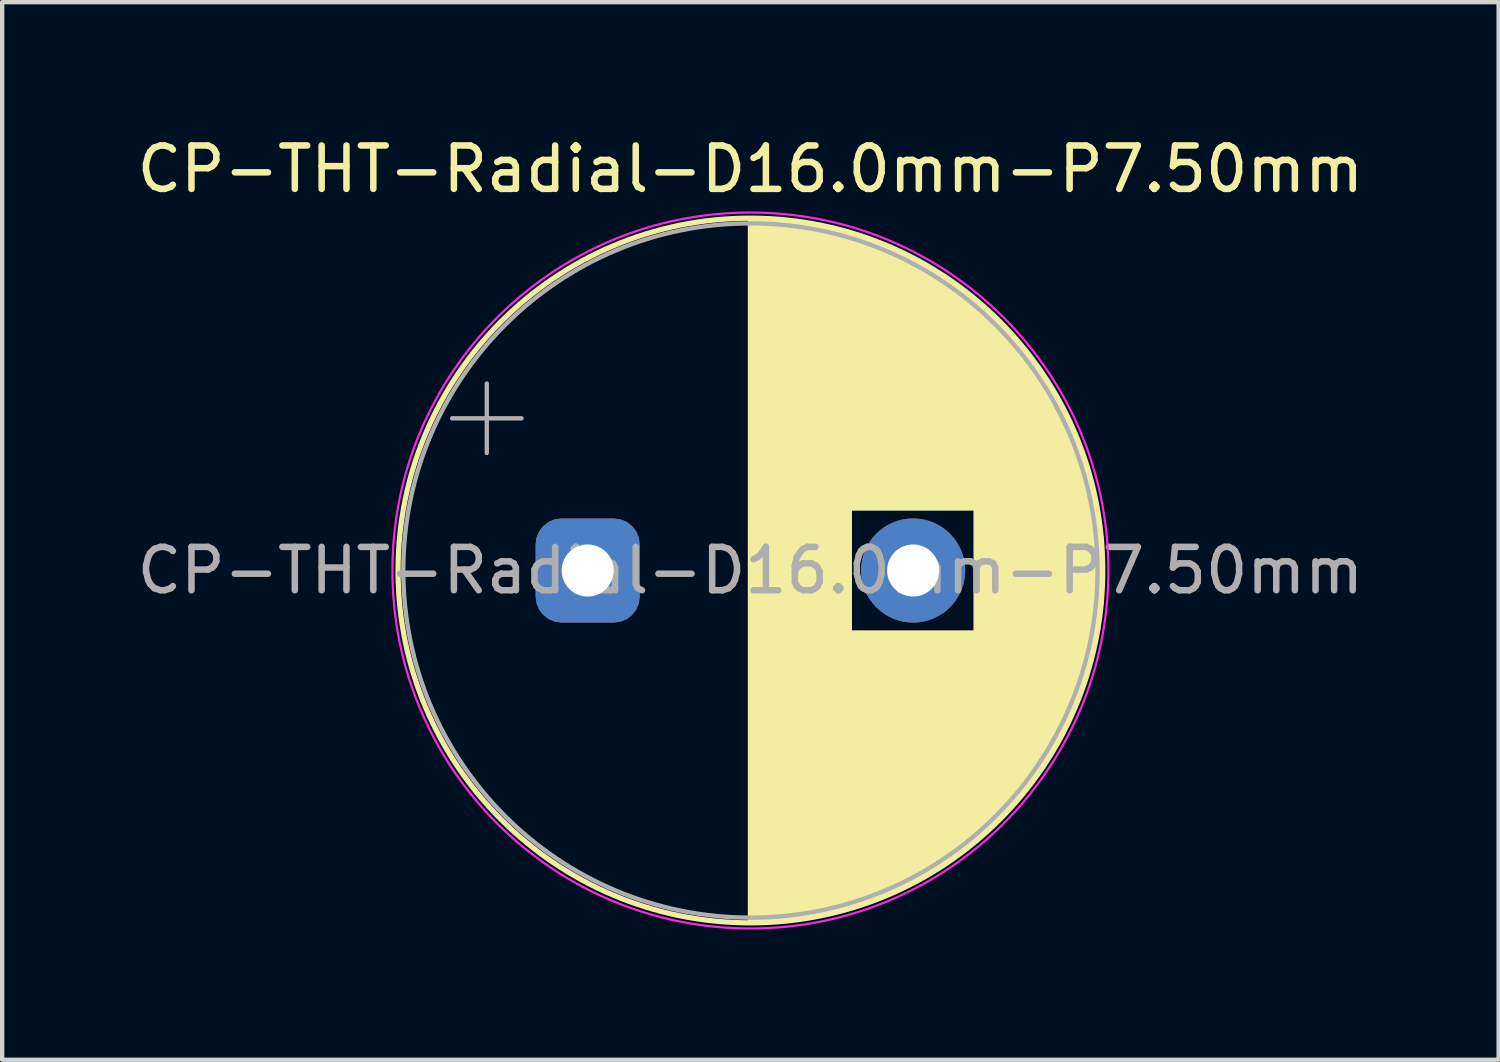
<source format=kicad_pcb>
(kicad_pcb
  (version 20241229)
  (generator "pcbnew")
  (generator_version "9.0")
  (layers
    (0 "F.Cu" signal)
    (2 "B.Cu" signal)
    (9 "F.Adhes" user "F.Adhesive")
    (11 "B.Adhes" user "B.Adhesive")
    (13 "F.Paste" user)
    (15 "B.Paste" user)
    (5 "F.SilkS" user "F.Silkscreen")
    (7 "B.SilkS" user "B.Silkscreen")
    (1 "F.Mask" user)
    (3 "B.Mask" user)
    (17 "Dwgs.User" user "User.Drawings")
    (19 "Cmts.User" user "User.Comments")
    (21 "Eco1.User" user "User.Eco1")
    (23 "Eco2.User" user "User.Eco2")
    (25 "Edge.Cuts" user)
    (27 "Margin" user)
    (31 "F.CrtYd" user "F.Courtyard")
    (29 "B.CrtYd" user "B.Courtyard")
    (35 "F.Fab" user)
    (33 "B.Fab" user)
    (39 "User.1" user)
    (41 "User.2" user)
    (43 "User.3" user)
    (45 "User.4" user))
  (footprint "CP-THT-Radial-D16.0mm-P7.50mm"
    (layer "F.Cu")
    (at 14.244 10.098)
    (property "Reference" "CP-THT-Radial-D16.0mm-P7.50mm" (at 0 -9.25 0) (layer "F.SilkS") (effects (font (size 1 1) (thickness 0.15))))
    (attr through_hole)
    (fp_line (start 0 -8.081) (end 0 8.081) (stroke (width 0.12) (type solid)) (layer "F.SilkS"))
    (fp_line (start 0.04 -8.08) (end 0.04 8.08) (stroke (width 0.12) (type solid)) (layer "F.SilkS"))
    (fp_line (start 0.08 -8.08) (end 0.08 8.08) (stroke (width 0.12) (type solid)) (layer "F.SilkS"))
    (fp_line (start 0.12 -8.08) (end 0.12 8.08) (stroke (width 0.12) (type solid)) (layer "F.SilkS"))
    (fp_line (start 0.16 -8.079) (end 0.16 8.079) (stroke (width 0.12) (type solid)) (layer "F.SilkS"))
    (fp_line (start 0.2 -8.078) (end 0.2 8.078) (stroke (width 0.12) (type solid)) (layer "F.SilkS"))
    (fp_line (start 0.24 -8.077) (end 0.24 8.077) (stroke (width 0.12) (type solid)) (layer "F.SilkS"))
    (fp_line (start 0.28 -8.076) (end 0.28 8.076) (stroke (width 0.12) (type solid)) (layer "F.SilkS"))
    (fp_line (start 0.32 -8.074) (end 0.32 8.074) (stroke (width 0.12) (type solid)) (layer "F.SilkS"))
    (fp_line (start 0.36 -8.073) (end 0.36 8.073) (stroke (width 0.12) (type solid)) (layer "F.SilkS"))
    (fp_line (start 0.4 -8.071) (end 0.4 8.071) (stroke (width 0.12) (type solid)) (layer "F.SilkS"))
    (fp_line (start 0.44 -8.069) (end 0.44 8.069) (stroke (width 0.12) (type solid)) (layer "F.SilkS"))
    (fp_line (start 0.48 -8.066) (end 0.48 8.066) (stroke (width 0.12) (type solid)) (layer "F.SilkS"))
    (fp_line (start 0.52 -8.064) (end 0.52 8.064) (stroke (width 0.12) (type solid)) (layer "F.SilkS"))
    (fp_line (start 0.56 -8.061) (end 0.56 8.061) (stroke (width 0.12) (type solid)) (layer "F.SilkS"))
    (fp_line (start 0.6 -8.058) (end 0.6 8.058) (stroke (width 0.12) (type solid)) (layer "F.SilkS"))
    (fp_line (start 0.64 -8.055) (end 0.64 8.055) (stroke (width 0.12) (type solid)) (layer "F.SilkS"))
    (fp_line (start 0.68 -8.052) (end 0.68 8.052) (stroke (width 0.12) (type solid)) (layer "F.SilkS"))
    (fp_line (start 0.721 -8.049) (end 0.721 8.049) (stroke (width 0.12) (type solid)) (layer "F.SilkS"))
    (fp_line (start 0.761 -8.045) (end 0.761 8.045) (stroke (width 0.12) (type solid)) (layer "F.SilkS"))
    (fp_line (start 0.801 -8.041) (end 0.801 8.041) (stroke (width 0.12) (type solid)) (layer "F.SilkS"))
    (fp_line (start 0.841 -8.037) (end 0.841 8.037) (stroke (width 0.12) (type solid)) (layer "F.SilkS"))
    (fp_line (start 0.881 -8.033) (end 0.881 8.033) (stroke (width 0.12) (type solid)) (layer "F.SilkS"))
    (fp_line (start 0.921 -8.028) (end 0.921 8.028) (stroke (width 0.12) (type solid)) (layer "F.SilkS"))
    (fp_line (start 0.961 -8.024) (end 0.961 8.024) (stroke (width 0.12) (type solid)) (layer "F.SilkS"))
    (fp_line (start 1.001 -8.019) (end 1.001 8.019) (stroke (width 0.12) (type solid)) (layer "F.SilkS"))
    (fp_line (start 1.041 -8.014) (end 1.041 8.014) (stroke (width 0.12) (type solid)) (layer "F.SilkS"))
    (fp_line (start 1.081 -8.008) (end 1.081 8.008) (stroke (width 0.12) (type solid)) (layer "F.SilkS"))
    (fp_line (start 1.121 -8.003) (end 1.121 8.003) (stroke (width 0.12) (type solid)) (layer "F.SilkS"))
    (fp_line (start 1.161 -7.997) (end 1.161 7.997) (stroke (width 0.12) (type solid)) (layer "F.SilkS"))
    (fp_line (start 1.201 -7.991) (end 1.201 7.991) (stroke (width 0.12) (type solid)) (layer "F.SilkS"))
    (fp_line (start 1.241 -7.985) (end 1.241 7.985) (stroke (width 0.12) (type solid)) (layer "F.SilkS"))
    (fp_line (start 1.281 -7.979) (end 1.281 7.979) (stroke (width 0.12) (type solid)) (layer "F.SilkS"))
    (fp_line (start 1.321 -7.972) (end 1.321 7.972) (stroke (width 0.12) (type solid)) (layer "F.SilkS"))
    (fp_line (start 1.361 -7.966) (end 1.361 7.966) (stroke (width 0.12) (type solid)) (layer "F.SilkS"))
    (fp_line (start 1.401 -7.959) (end 1.401 7.959) (stroke (width 0.12) (type solid)) (layer "F.SilkS"))
    (fp_line (start 1.441 -7.952) (end 1.441 7.952) (stroke (width 0.12) (type solid)) (layer "F.SilkS"))
    (fp_line (start 1.481 -7.944) (end 1.481 7.944) (stroke (width 0.12) (type solid)) (layer "F.SilkS"))
    (fp_line (start 1.521 -7.937) (end 1.521 7.937) (stroke (width 0.12) (type solid)) (layer "F.SilkS"))
    (fp_line (start 1.561 -7.929) (end 1.561 7.929) (stroke (width 0.12) (type solid)) (layer "F.SilkS"))
    (fp_line (start 1.601 -7.921) (end 1.601 7.921) (stroke (width 0.12) (type solid)) (layer "F.SilkS"))
    (fp_line (start 1.641 -7.913) (end 1.641 7.913) (stroke (width 0.12) (type solid)) (layer "F.SilkS"))
    (fp_line (start 1.681 -7.905) (end 1.681 7.905) (stroke (width 0.12) (type solid)) (layer "F.SilkS"))
    (fp_line (start 1.721 -7.896) (end 1.721 7.896) (stroke (width 0.12) (type solid)) (layer "F.SilkS"))
    (fp_line (start 1.761 -7.887) (end 1.761 7.887) (stroke (width 0.12) (type solid)) (layer "F.SilkS"))
    (fp_line (start 1.801 -7.878) (end 1.801 7.878) (stroke (width 0.12) (type solid)) (layer "F.SilkS"))
    (fp_line (start 1.841 -7.869) (end 1.841 7.869) (stroke (width 0.12) (type solid)) (layer "F.SilkS"))
    (fp_line (start 1.881 -7.86) (end 1.881 7.86) (stroke (width 0.12) (type solid)) (layer "F.SilkS"))
    (fp_line (start 1.921 -7.85) (end 1.921 7.85) (stroke (width 0.12) (type solid)) (layer "F.SilkS"))
    (fp_line (start 1.961 -7.84) (end 1.961 7.84) (stroke (width 0.12) (type solid)) (layer "F.SilkS"))
    (fp_line (start 2.001 -7.83) (end 2.001 7.83) (stroke (width 0.12) (type solid)) (layer "F.SilkS"))
    (fp_line (start 2.041 -7.82) (end 2.041 7.82) (stroke (width 0.12) (type solid)) (layer "F.SilkS"))
    (fp_line (start 2.081 -7.81) (end 2.081 7.81) (stroke (width 0.12) (type solid)) (layer "F.SilkS"))
    (fp_line (start 2.121 -7.799) (end 2.121 7.799) (stroke (width 0.12) (type solid)) (layer "F.SilkS"))
    (fp_line (start 2.161 -7.788) (end 2.161 7.788) (stroke (width 0.12) (type solid)) (layer "F.SilkS"))
    (fp_line (start 2.201 -7.777) (end 2.201 7.777) (stroke (width 0.12) (type solid)) (layer "F.SilkS"))
    (fp_line (start 2.241 -7.765) (end 2.241 7.765) (stroke (width 0.12) (type solid)) (layer "F.SilkS"))
    (fp_line (start 2.281 -7.754) (end 2.281 7.754) (stroke (width 0.12) (type solid)) (layer "F.SilkS"))
    (fp_line (start 2.321 -7.742) (end 2.321 -1.44) (stroke (width 0.12) (type solid)) (layer "F.SilkS"))
    (fp_line (start 2.321 1.44) (end 2.321 7.742) (stroke (width 0.12) (type solid)) (layer "F.SilkS"))
    (fp_line (start 2.361 -7.73) (end 2.361 -1.44) (stroke (width 0.12) (type solid)) (layer "F.SilkS"))
    (fp_line (start 2.361 1.44) (end 2.361 7.73) (stroke (width 0.12) (type solid)) (layer "F.SilkS"))
    (fp_line (start 2.401 -7.718) (end 2.401 -1.44) (stroke (width 0.12) (type solid)) (layer "F.SilkS"))
    (fp_line (start 2.401 1.44) (end 2.401 7.718) (stroke (width 0.12) (type solid)) (layer "F.SilkS"))
    (fp_line (start 2.441 -7.705) (end 2.441 -1.44) (stroke (width 0.12) (type solid)) (layer "F.SilkS"))
    (fp_line (start 2.441 1.44) (end 2.441 7.705) (stroke (width 0.12) (type solid)) (layer "F.SilkS"))
    (fp_line (start 2.481 -7.693) (end 2.481 -1.44) (stroke (width 0.12) (type solid)) (layer "F.SilkS"))
    (fp_line (start 2.481 1.44) (end 2.481 7.693) (stroke (width 0.12) (type solid)) (layer "F.SilkS"))
    (fp_line (start 2.521 -7.68) (end 2.521 -1.44) (stroke (width 0.12) (type solid)) (layer "F.SilkS"))
    (fp_line (start 2.521 1.44) (end 2.521 7.68) (stroke (width 0.12) (type solid)) (layer "F.SilkS"))
    (fp_line (start 2.561 -7.666) (end 2.561 -1.44) (stroke (width 0.12) (type solid)) (layer "F.SilkS"))
    (fp_line (start 2.561 1.44) (end 2.561 7.666) (stroke (width 0.12) (type solid)) (layer "F.SilkS"))
    (fp_line (start 2.601 -7.653) (end 2.601 -1.44) (stroke (width 0.12) (type solid)) (layer "F.SilkS"))
    (fp_line (start 2.601 1.44) (end 2.601 7.653) (stroke (width 0.12) (type solid)) (layer "F.SilkS"))
    (fp_line (start 2.641 -7.639) (end 2.641 -1.44) (stroke (width 0.12) (type solid)) (layer "F.SilkS"))
    (fp_line (start 2.641 1.44) (end 2.641 7.639) (stroke (width 0.12) (type solid)) (layer "F.SilkS"))
    (fp_line (start 2.681 -7.625) (end 2.681 -1.44) (stroke (width 0.12) (type solid)) (layer "F.SilkS"))
    (fp_line (start 2.681 1.44) (end 2.681 7.625) (stroke (width 0.12) (type solid)) (layer "F.SilkS"))
    (fp_line (start 2.721 -7.611) (end 2.721 -1.44) (stroke (width 0.12) (type solid)) (layer "F.SilkS"))
    (fp_line (start 2.721 1.44) (end 2.721 7.611) (stroke (width 0.12) (type solid)) (layer "F.SilkS"))
    (fp_line (start 2.761 -7.597) (end 2.761 -1.44) (stroke (width 0.12) (type solid)) (layer "F.SilkS"))
    (fp_line (start 2.761 1.44) (end 2.761 7.597) (stroke (width 0.12) (type solid)) (layer "F.SilkS"))
    (fp_line (start 2.801 -7.582) (end 2.801 -1.44) (stroke (width 0.12) (type solid)) (layer "F.SilkS"))
    (fp_line (start 2.801 1.44) (end 2.801 7.582) (stroke (width 0.12) (type solid)) (layer "F.SilkS"))
    (fp_line (start 2.841 -7.568) (end 2.841 -1.44) (stroke (width 0.12) (type solid)) (layer "F.SilkS"))
    (fp_line (start 2.841 1.44) (end 2.841 7.568) (stroke (width 0.12) (type solid)) (layer "F.SilkS"))
    (fp_line (start 2.881 -7.553) (end 2.881 -1.44) (stroke (width 0.12) (type solid)) (layer "F.SilkS"))
    (fp_line (start 2.881 1.44) (end 2.881 7.553) (stroke (width 0.12) (type solid)) (layer "F.SilkS"))
    (fp_line (start 2.921 -7.537) (end 2.921 -1.44) (stroke (width 0.12) (type solid)) (layer "F.SilkS"))
    (fp_line (start 2.921 1.44) (end 2.921 7.537) (stroke (width 0.12) (type solid)) (layer "F.SilkS"))
    (fp_line (start 2.961 -7.522) (end 2.961 -1.44) (stroke (width 0.12) (type solid)) (layer "F.SilkS"))
    (fp_line (start 2.961 1.44) (end 2.961 7.522) (stroke (width 0.12) (type solid)) (layer "F.SilkS"))
    (fp_line (start 3.001 -7.506) (end 3.001 -1.44) (stroke (width 0.12) (type solid)) (layer "F.SilkS"))
    (fp_line (start 3.001 1.44) (end 3.001 7.506) (stroke (width 0.12) (type solid)) (layer "F.SilkS"))
    (fp_line (start 3.041 -7.49) (end 3.041 -1.44) (stroke (width 0.12) (type solid)) (layer "F.SilkS"))
    (fp_line (start 3.041 1.44) (end 3.041 7.49) (stroke (width 0.12) (type solid)) (layer "F.SilkS"))
    (fp_line (start 3.081 -7.474) (end 3.081 -1.44) (stroke (width 0.12) (type solid)) (layer "F.SilkS"))
    (fp_line (start 3.081 1.44) (end 3.081 7.474) (stroke (width 0.12) (type solid)) (layer "F.SilkS"))
    (fp_line (start 3.121 -7.457) (end 3.121 -1.44) (stroke (width 0.12) (type solid)) (layer "F.SilkS"))
    (fp_line (start 3.121 1.44) (end 3.121 7.457) (stroke (width 0.12) (type solid)) (layer "F.SilkS"))
    (fp_line (start 3.161 -7.44) (end 3.161 -1.44) (stroke (width 0.12) (type solid)) (layer "F.SilkS"))
    (fp_line (start 3.161 1.44) (end 3.161 7.44) (stroke (width 0.12) (type solid)) (layer "F.SilkS"))
    (fp_line (start 3.201 -7.423) (end 3.201 -1.44) (stroke (width 0.12) (type solid)) (layer "F.SilkS"))
    (fp_line (start 3.201 1.44) (end 3.201 7.423) (stroke (width 0.12) (type solid)) (layer "F.SilkS"))
    (fp_line (start 3.241 -7.406) (end 3.241 -1.44) (stroke (width 0.12) (type solid)) (layer "F.SilkS"))
    (fp_line (start 3.241 1.44) (end 3.241 7.406) (stroke (width 0.12) (type solid)) (layer "F.SilkS"))
    (fp_line (start 3.281 -7.389) (end 3.281 -1.44) (stroke (width 0.12) (type solid)) (layer "F.SilkS"))
    (fp_line (start 3.281 1.44) (end 3.281 7.389) (stroke (width 0.12) (type solid)) (layer "F.SilkS"))
    (fp_line (start 3.321 -7.371) (end 3.321 -1.44) (stroke (width 0.12) (type solid)) (layer "F.SilkS"))
    (fp_line (start 3.321 1.44) (end 3.321 7.371) (stroke (width 0.12) (type solid)) (layer "F.SilkS"))
    (fp_line (start 3.361 -7.353) (end 3.361 -1.44) (stroke (width 0.12) (type solid)) (layer "F.SilkS"))
    (fp_line (start 3.361 1.44) (end 3.361 7.353) (stroke (width 0.12) (type solid)) (layer "F.SilkS"))
    (fp_line (start 3.401 -7.334) (end 3.401 -1.44) (stroke (width 0.12) (type solid)) (layer "F.SilkS"))
    (fp_line (start 3.401 1.44) (end 3.401 7.334) (stroke (width 0.12) (type solid)) (layer "F.SilkS"))
    (fp_line (start 3.441 -7.316) (end 3.441 -1.44) (stroke (width 0.12) (type solid)) (layer "F.SilkS"))
    (fp_line (start 3.441 1.44) (end 3.441 7.316) (stroke (width 0.12) (type solid)) (layer "F.SilkS"))
    (fp_line (start 3.481 -7.297) (end 3.481 -1.44) (stroke (width 0.12) (type solid)) (layer "F.SilkS"))
    (fp_line (start 3.481 1.44) (end 3.481 7.297) (stroke (width 0.12) (type solid)) (layer "F.SilkS"))
    (fp_line (start 3.521 -7.278) (end 3.521 -1.44) (stroke (width 0.12) (type solid)) (layer "F.SilkS"))
    (fp_line (start 3.521 1.44) (end 3.521 7.278) (stroke (width 0.12) (type solid)) (layer "F.SilkS"))
    (fp_line (start 3.561 -7.258) (end 3.561 -1.44) (stroke (width 0.12) (type solid)) (layer "F.SilkS"))
    (fp_line (start 3.561 1.44) (end 3.561 7.258) (stroke (width 0.12) (type solid)) (layer "F.SilkS"))
    (fp_line (start 3.601 -7.239) (end 3.601 -1.44) (stroke (width 0.12) (type solid)) (layer "F.SilkS"))
    (fp_line (start 3.601 1.44) (end 3.601 7.239) (stroke (width 0.12) (type solid)) (layer "F.SilkS"))
    (fp_line (start 3.641 -7.219) (end 3.641 -1.44) (stroke (width 0.12) (type solid)) (layer "F.SilkS"))
    (fp_line (start 3.641 1.44) (end 3.641 7.219) (stroke (width 0.12) (type solid)) (layer "F.SilkS"))
    (fp_line (start 3.681 -7.199) (end 3.681 -1.44) (stroke (width 0.12) (type solid)) (layer "F.SilkS"))
    (fp_line (start 3.681 1.44) (end 3.681 7.199) (stroke (width 0.12) (type solid)) (layer "F.SilkS"))
    (fp_line (start 3.721 -7.178) (end 3.721 -1.44) (stroke (width 0.12) (type solid)) (layer "F.SilkS"))
    (fp_line (start 3.721 1.44) (end 3.721 7.178) (stroke (width 0.12) (type solid)) (layer "F.SilkS"))
    (fp_line (start 3.761 -7.157) (end 3.761 -1.44) (stroke (width 0.12) (type solid)) (layer "F.SilkS"))
    (fp_line (start 3.761 1.44) (end 3.761 7.157) (stroke (width 0.12) (type solid)) (layer "F.SilkS"))
    (fp_line (start 3.801 -7.136) (end 3.801 -1.44) (stroke (width 0.12) (type solid)) (layer "F.SilkS"))
    (fp_line (start 3.801 1.44) (end 3.801 7.136) (stroke (width 0.12) (type solid)) (layer "F.SilkS"))
    (fp_line (start 3.841 -7.115) (end 3.841 -1.44) (stroke (width 0.12) (type solid)) (layer "F.SilkS"))
    (fp_line (start 3.841 1.44) (end 3.841 7.115) (stroke (width 0.12) (type solid)) (layer "F.SilkS"))
    (fp_line (start 3.881 -7.094) (end 3.881 -1.44) (stroke (width 0.12) (type solid)) (layer "F.SilkS"))
    (fp_line (start 3.881 1.44) (end 3.881 7.094) (stroke (width 0.12) (type solid)) (layer "F.SilkS"))
    (fp_line (start 3.921 -7.072) (end 3.921 -1.44) (stroke (width 0.12) (type solid)) (layer "F.SilkS"))
    (fp_line (start 3.921 1.44) (end 3.921 7.072) (stroke (width 0.12) (type solid)) (layer "F.SilkS"))
    (fp_line (start 3.961 -7.049) (end 3.961 -1.44) (stroke (width 0.12) (type solid)) (layer "F.SilkS"))
    (fp_line (start 3.961 1.44) (end 3.961 7.049) (stroke (width 0.12) (type solid)) (layer "F.SilkS"))
    (fp_line (start 4.001 -7.027) (end 4.001 -1.44) (stroke (width 0.12) (type solid)) (layer "F.SilkS"))
    (fp_line (start 4.001 1.44) (end 4.001 7.027) (stroke (width 0.12) (type solid)) (layer "F.SilkS"))
    (fp_line (start 4.041 -7.004) (end 4.041 -1.44) (stroke (width 0.12) (type solid)) (layer "F.SilkS"))
    (fp_line (start 4.041 1.44) (end 4.041 7.004) (stroke (width 0.12) (type solid)) (layer "F.SilkS"))
    (fp_line (start 4.081 -6.981) (end 4.081 -1.44) (stroke (width 0.12) (type solid)) (layer "F.SilkS"))
    (fp_line (start 4.081 1.44) (end 4.081 6.981) (stroke (width 0.12) (type solid)) (layer "F.SilkS"))
    (fp_line (start 4.121 -6.958) (end 4.121 -1.44) (stroke (width 0.12) (type solid)) (layer "F.SilkS"))
    (fp_line (start 4.121 1.44) (end 4.121 6.958) (stroke (width 0.12) (type solid)) (layer "F.SilkS"))
    (fp_line (start 4.161 -6.934) (end 4.161 -1.44) (stroke (width 0.12) (type solid)) (layer "F.SilkS"))
    (fp_line (start 4.161 1.44) (end 4.161 6.934) (stroke (width 0.12) (type solid)) (layer "F.SilkS"))
    (fp_line (start 4.201 -6.91) (end 4.201 -1.44) (stroke (width 0.12) (type solid)) (layer "F.SilkS"))
    (fp_line (start 4.201 1.44) (end 4.201 6.91) (stroke (width 0.12) (type solid)) (layer "F.SilkS"))
    (fp_line (start 4.241 -6.886) (end 4.241 -1.44) (stroke (width 0.12) (type solid)) (layer "F.SilkS"))
    (fp_line (start 4.241 1.44) (end 4.241 6.886) (stroke (width 0.12) (type solid)) (layer "F.SilkS"))
    (fp_line (start 4.281 -6.861) (end 4.281 -1.44) (stroke (width 0.12) (type solid)) (layer "F.SilkS"))
    (fp_line (start 4.281 1.44) (end 4.281 6.861) (stroke (width 0.12) (type solid)) (layer "F.SilkS"))
    (fp_line (start 4.321 -6.836) (end 4.321 -1.44) (stroke (width 0.12) (type solid)) (layer "F.SilkS"))
    (fp_line (start 4.321 1.44) (end 4.321 6.836) (stroke (width 0.12) (type solid)) (layer "F.SilkS"))
    (fp_line (start 4.361 -6.811) (end 4.361 -1.44) (stroke (width 0.12) (type solid)) (layer "F.SilkS"))
    (fp_line (start 4.361 1.44) (end 4.361 6.811) (stroke (width 0.12) (type solid)) (layer "F.SilkS"))
    (fp_line (start 4.401 -6.785) (end 4.401 -1.44) (stroke (width 0.12) (type solid)) (layer "F.SilkS"))
    (fp_line (start 4.401 1.44) (end 4.401 6.785) (stroke (width 0.12) (type solid)) (layer "F.SilkS"))
    (fp_line (start 4.441 -6.759) (end 4.441 -1.44) (stroke (width 0.12) (type solid)) (layer "F.SilkS"))
    (fp_line (start 4.441 1.44) (end 4.441 6.759) (stroke (width 0.12) (type solid)) (layer "F.SilkS"))
    (fp_line (start 4.481 -6.733) (end 4.481 -1.44) (stroke (width 0.12) (type solid)) (layer "F.SilkS"))
    (fp_line (start 4.481 1.44) (end 4.481 6.733) (stroke (width 0.12) (type solid)) (layer "F.SilkS"))
    (fp_line (start 4.521 -6.706) (end 4.521 -1.44) (stroke (width 0.12) (type solid)) (layer "F.SilkS"))
    (fp_line (start 4.521 1.44) (end 4.521 6.706) (stroke (width 0.12) (type solid)) (layer "F.SilkS"))
    (fp_line (start 4.561 -6.679) (end 4.561 -1.44) (stroke (width 0.12) (type solid)) (layer "F.SilkS"))
    (fp_line (start 4.561 1.44) (end 4.561 6.679) (stroke (width 0.12) (type solid)) (layer "F.SilkS"))
    (fp_line (start 4.601 -6.652) (end 4.601 -1.44) (stroke (width 0.12) (type solid)) (layer "F.SilkS"))
    (fp_line (start 4.601 1.44) (end 4.601 6.652) (stroke (width 0.12) (type solid)) (layer "F.SilkS"))
    (fp_line (start 4.641 -6.624) (end 4.641 -1.44) (stroke (width 0.12) (type solid)) (layer "F.SilkS"))
    (fp_line (start 4.641 1.44) (end 4.641 6.624) (stroke (width 0.12) (type solid)) (layer "F.SilkS"))
    (fp_line (start 4.681 -6.596) (end 4.681 -1.44) (stroke (width 0.12) (type solid)) (layer "F.SilkS"))
    (fp_line (start 4.681 1.44) (end 4.681 6.596) (stroke (width 0.12) (type solid)) (layer "F.SilkS"))
    (fp_line (start 4.721 -6.568) (end 4.721 -1.44) (stroke (width 0.12) (type solid)) (layer "F.SilkS"))
    (fp_line (start 4.721 1.44) (end 4.721 6.568) (stroke (width 0.12) (type solid)) (layer "F.SilkS"))
    (fp_line (start 4.761 -6.539) (end 4.761 -1.44) (stroke (width 0.12) (type solid)) (layer "F.SilkS"))
    (fp_line (start 4.761 1.44) (end 4.761 6.539) (stroke (width 0.12) (type solid)) (layer "F.SilkS"))
    (fp_line (start 4.801 -6.51) (end 4.801 -1.44) (stroke (width 0.12) (type solid)) (layer "F.SilkS"))
    (fp_line (start 4.801 1.44) (end 4.801 6.51) (stroke (width 0.12) (type solid)) (layer "F.SilkS"))
    (fp_line (start 4.841 -6.48) (end 4.841 -1.44) (stroke (width 0.12) (type solid)) (layer "F.SilkS"))
    (fp_line (start 4.841 1.44) (end 4.841 6.48) (stroke (width 0.12) (type solid)) (layer "F.SilkS"))
    (fp_line (start 4.881 -6.45) (end 4.881 -1.44) (stroke (width 0.12) (type solid)) (layer "F.SilkS"))
    (fp_line (start 4.881 1.44) (end 4.881 6.45) (stroke (width 0.12) (type solid)) (layer "F.SilkS"))
    (fp_line (start 4.921 -6.42) (end 4.921 -1.44) (stroke (width 0.12) (type solid)) (layer "F.SilkS"))
    (fp_line (start 4.921 1.44) (end 4.921 6.42) (stroke (width 0.12) (type solid)) (layer "F.SilkS"))
    (fp_line (start 4.961 -6.39) (end 4.961 -1.44) (stroke (width 0.12) (type solid)) (layer "F.SilkS"))
    (fp_line (start 4.961 1.44) (end 4.961 6.39) (stroke (width 0.12) (type solid)) (layer "F.SilkS"))
    (fp_line (start 5.001 -6.358) (end 5.001 -1.44) (stroke (width 0.12) (type solid)) (layer "F.SilkS"))
    (fp_line (start 5.001 1.44) (end 5.001 6.358) (stroke (width 0.12) (type solid)) (layer "F.SilkS"))
    (fp_line (start 5.041 -6.327) (end 5.041 -1.44) (stroke (width 0.12) (type solid)) (layer "F.SilkS"))
    (fp_line (start 5.041 1.44) (end 5.041 6.327) (stroke (width 0.12) (type solid)) (layer "F.SilkS"))
    (fp_line (start 5.081 -6.295) (end 5.081 -1.44) (stroke (width 0.12) (type solid)) (layer "F.SilkS"))
    (fp_line (start 5.081 1.44) (end 5.081 6.295) (stroke (width 0.12) (type solid)) (layer "F.SilkS"))
    (fp_line (start 5.121 -6.263) (end 5.121 -1.44) (stroke (width 0.12) (type solid)) (layer "F.SilkS"))
    (fp_line (start 5.121 1.44) (end 5.121 6.263) (stroke (width 0.12) (type solid)) (layer "F.SilkS"))
    (fp_line (start 5.161 -6.23) (end 5.161 -1.44) (stroke (width 0.12) (type solid)) (layer "F.SilkS"))
    (fp_line (start 5.161 1.44) (end 5.161 6.23) (stroke (width 0.12) (type solid)) (layer "F.SilkS"))
    (fp_line (start 5.201 -6.197) (end 5.201 6.197) (stroke (width 0.12) (type solid)) (layer "F.SilkS"))
    (fp_line (start 5.241 -6.163) (end 5.241 6.163) (stroke (width 0.12) (type solid)) (layer "F.SilkS"))
    (fp_line (start 5.281 -6.129) (end 5.281 6.129) (stroke (width 0.12) (type solid)) (layer "F.SilkS"))
    (fp_line (start 5.321 -6.095) (end 5.321 6.095) (stroke (width 0.12) (type solid)) (layer "F.SilkS"))
    (fp_line (start 5.361 -6.06) (end 5.361 6.06) (stroke (width 0.12) (type solid)) (layer "F.SilkS"))
    (fp_line (start 5.401 -6.025) (end 5.401 6.025) (stroke (width 0.12) (type solid)) (layer "F.SilkS"))
    (fp_line (start 5.441 -5.989) (end 5.441 5.989) (stroke (width 0.12) (type solid)) (layer "F.SilkS"))
    (fp_line (start 5.481 -5.952) (end 5.481 5.952) (stroke (width 0.12) (type solid)) (layer "F.SilkS"))
    (fp_line (start 5.521 -5.916) (end 5.521 5.916) (stroke (width 0.12) (type solid)) (layer "F.SilkS"))
    (fp_line (start 5.561 -5.878) (end 5.561 5.878) (stroke (width 0.12) (type solid)) (layer "F.SilkS"))
    (fp_line (start 5.601 -5.84) (end 5.601 5.84) (stroke (width 0.12) (type solid)) (layer "F.SilkS"))
    (fp_line (start 5.641 -5.802) (end 5.641 5.802) (stroke (width 0.12) (type solid)) (layer "F.SilkS"))
    (fp_line (start 5.681 -5.763) (end 5.681 5.763) (stroke (width 0.12) (type solid)) (layer "F.SilkS"))
    (fp_line (start 5.721 -5.724) (end 5.721 5.724) (stroke (width 0.12) (type solid)) (layer "F.SilkS"))
    (fp_line (start 5.761 -5.684) (end 5.761 5.684) (stroke (width 0.12) (type solid)) (layer "F.SilkS"))
    (fp_line (start 5.801 -5.643) (end 5.801 5.643) (stroke (width 0.12) (type solid)) (layer "F.SilkS"))
    (fp_line (start 5.841 -5.602) (end 5.841 5.602) (stroke (width 0.12) (type solid)) (layer "F.SilkS"))
    (fp_line (start 5.881 -5.56) (end 5.881 5.56) (stroke (width 0.12) (type solid)) (layer "F.SilkS"))
    (fp_line (start 5.921 -5.518) (end 5.921 5.518) (stroke (width 0.12) (type solid)) (layer "F.SilkS"))
    (fp_line (start 5.961 -5.475) (end 5.961 5.475) (stroke (width 0.12) (type solid)) (layer "F.SilkS"))
    (fp_line (start 6.001 -5.432) (end 6.001 5.432) (stroke (width 0.12) (type solid)) (layer "F.SilkS"))
    (fp_line (start 6.041 -5.388) (end 6.041 5.388) (stroke (width 0.12) (type solid)) (layer "F.SilkS"))
    (fp_line (start 6.081 -5.343) (end 6.081 5.343) (stroke (width 0.12) (type solid)) (layer "F.SilkS"))
    (fp_line (start 6.121 -5.297) (end 6.121 5.297) (stroke (width 0.12) (type solid)) (layer "F.SilkS"))
    (fp_line (start 6.161 -5.251) (end 6.161 5.251) (stroke (width 0.12) (type solid)) (layer "F.SilkS"))
    (fp_line (start 6.201 -5.204) (end 6.201 5.204) (stroke (width 0.12) (type solid)) (layer "F.SilkS"))
    (fp_line (start 6.241 -5.156) (end 6.241 5.156) (stroke (width 0.12) (type solid)) (layer "F.SilkS"))
    (fp_line (start 6.281 -5.108) (end 6.281 5.108) (stroke (width 0.12) (type solid)) (layer "F.SilkS"))
    (fp_line (start 6.321 -5.059) (end 6.321 5.059) (stroke (width 0.12) (type solid)) (layer "F.SilkS"))
    (fp_line (start 6.361 -5.009) (end 6.361 5.009) (stroke (width 0.12) (type solid)) (layer "F.SilkS"))
    (fp_line (start 6.401 -4.958) (end 6.401 4.958) (stroke (width 0.12) (type solid)) (layer "F.SilkS"))
    (fp_line (start 6.441 -4.906) (end 6.441 4.906) (stroke (width 0.12) (type solid)) (layer "F.SilkS"))
    (fp_line (start 6.481 -4.854) (end 6.481 4.854) (stroke (width 0.12) (type solid)) (layer "F.SilkS"))
    (fp_line (start 6.521 -4.8) (end 6.521 4.8) (stroke (width 0.12) (type solid)) (layer "F.SilkS"))
    (fp_line (start 6.561 -4.746) (end 6.561 4.746) (stroke (width 0.12) (type solid)) (layer "F.SilkS"))
    (fp_line (start 6.601 -4.691) (end 6.601 4.691) (stroke (width 0.12) (type solid)) (layer "F.SilkS"))
    (fp_line (start 6.641 -4.634) (end 6.641 4.634) (stroke (width 0.12) (type solid)) (layer "F.SilkS"))
    (fp_line (start 6.681 -4.577) (end 6.681 4.577) (stroke (width 0.12) (type solid)) (layer "F.SilkS"))
    (fp_line (start 6.721 -4.519) (end 6.721 4.519) (stroke (width 0.12) (type solid)) (layer "F.SilkS"))
    (fp_line (start 6.761 -4.459) (end 6.761 4.459) (stroke (width 0.12) (type solid)) (layer "F.SilkS"))
    (fp_line (start 6.801 -4.398) (end 6.801 4.398) (stroke (width 0.12) (type solid)) (layer "F.SilkS"))
    (fp_line (start 6.841 -4.336) (end 6.841 4.336) (stroke (width 0.12) (type solid)) (layer "F.SilkS"))
    (fp_line (start 6.881 -4.273) (end 6.881 4.273) (stroke (width 0.12) (type solid)) (layer "F.SilkS"))
    (fp_line (start 6.921 -4.209) (end 6.921 4.209) (stroke (width 0.12) (type solid)) (layer "F.SilkS"))
    (fp_line (start 6.961 -4.143) (end 6.961 4.143) (stroke (width 0.12) (type solid)) (layer "F.SilkS"))
    (fp_line (start 7.001 -4.076) (end 7.001 4.076) (stroke (width 0.12) (type solid)) (layer "F.SilkS"))
    (fp_line (start 7.041 -4.007) (end 7.041 4.007) (stroke (width 0.12) (type solid)) (layer "F.SilkS"))
    (fp_line (start 7.081 -3.936) (end 7.081 3.936) (stroke (width 0.12) (type solid)) (layer "F.SilkS"))
    (fp_line (start 7.121 -3.864) (end 7.121 3.864) (stroke (width 0.12) (type solid)) (layer "F.SilkS"))
    (fp_line (start 7.161 -3.79) (end 7.161 3.79) (stroke (width 0.12) (type solid)) (layer "F.SilkS"))
    (fp_line (start 7.201 -3.715) (end 7.201 3.715) (stroke (width 0.12) (type solid)) (layer "F.SilkS"))
    (fp_line (start 7.241 -3.637) (end 7.241 3.637) (stroke (width 0.12) (type solid)) (layer "F.SilkS"))
    (fp_line (start 7.281 -3.557) (end 7.281 3.557) (stroke (width 0.12) (type solid)) (layer "F.SilkS"))
    (fp_line (start 7.321 -3.475) (end 7.321 3.475) (stroke (width 0.12) (type solid)) (layer "F.SilkS"))
    (fp_line (start 7.361 -3.39) (end 7.361 3.39) (stroke (width 0.12) (type solid)) (layer "F.SilkS"))
    (fp_line (start 7.401 -3.303) (end 7.401 3.303) (stroke (width 0.12) (type solid)) (layer "F.SilkS"))
    (fp_line (start 7.441 -3.213) (end 7.441 3.213) (stroke (width 0.12) (type solid)) (layer "F.SilkS"))
    (fp_line (start 7.481 -3.12) (end 7.481 3.12) (stroke (width 0.12) (type solid)) (layer "F.SilkS"))
    (fp_line (start 7.521 -3.024) (end 7.521 3.024) (stroke (width 0.12) (type solid)) (layer "F.SilkS"))
    (fp_line (start 7.561 -2.924) (end 7.561 2.924) (stroke (width 0.12) (type solid)) (layer "F.SilkS"))
    (fp_line (start 7.601 -2.82) (end 7.601 2.82) (stroke (width 0.12) (type solid)) (layer "F.SilkS"))
    (fp_line (start 7.641 -2.711) (end 7.641 2.711) (stroke (width 0.12) (type solid)) (layer "F.SilkS"))
    (fp_line (start 7.681 -2.597) (end 7.681 2.597) (stroke (width 0.12) (type solid)) (layer "F.SilkS"))
    (fp_line (start 7.721 -2.478) (end 7.721 2.478) (stroke (width 0.12) (type solid)) (layer "F.SilkS"))
    (fp_line (start 7.761 -2.351) (end 7.761 2.351) (stroke (width 0.12) (type solid)) (layer "F.SilkS"))
    (fp_line (start 7.801 -2.218) (end 7.801 2.218) (stroke (width 0.12) (type solid)) (layer "F.SilkS"))
    (fp_line (start 7.841 -2.074) (end 7.841 2.074) (stroke (width 0.12) (type solid)) (layer "F.SilkS"))
    (fp_line (start 7.881 -1.92) (end 7.881 1.92) (stroke (width 0.12) (type solid)) (layer "F.SilkS"))
    (fp_line (start 7.921 -1.752) (end 7.921 1.752) (stroke (width 0.12) (type solid)) (layer "F.SilkS"))
    (fp_line (start 7.961 -1.564) (end 7.961 1.564) (stroke (width 0.12) (type solid)) (layer "F.SilkS"))
    (fp_line (start 8.001 -1.351) (end 8.001 1.351) (stroke (width 0.12) (type solid)) (layer "F.SilkS"))
    (fp_line (start 8.041 -1.098) (end 8.041 1.098) (stroke (width 0.12) (type solid)) (layer "F.SilkS"))
    (fp_line (start 8.081 -0.765) (end 8.081 0.765) (stroke (width 0.12) (type solid)) (layer "F.SilkS"))
    (fp_circle (center 0 0) (end 8.12 0) (stroke (width 0.12) (type solid)) (fill no) (layer "F.SilkS"))
    (fp_circle (center 0 0) (end 8.25 0) (stroke (width 0.05) (type solid)) (fill no) (layer "F.CrtYd"))
    (fp_line (start -6.875 -3.507) (end -5.275 -3.507) (stroke (width 0.1) (type solid)) (layer "F.Fab"))
    (fp_line (start -6.075 -4.308) (end -6.075 -2.708) (stroke (width 0.1) (type solid)) (layer "F.Fab"))
    (fp_circle (center 0 0) (end 8 0) (stroke (width 0.1) (type solid)) (fill no) (layer "F.Fab"))
    (fp_text user "${REFERENCE}" (at 0 0 0) (layer "F.Fab") (effects (font (size 1 1) (thickness 0.15))))
    (pad "1" thru_hole roundrect (at -3.75 0) (size 2.4 2.4) (drill 1.2) (layers "*.Cu" "*.Mask") (roundrect_rratio 0.25))
    (pad "2" thru_hole oval (at 3.75 0) (size 2.4 2.4) (drill 1.2) (layers "*.Cu" "*.Mask")))
  (gr_rect
    (start -3 -3)
    (end 31.488 21.373)
    (stroke (width 0.1) (type default))
    (fill no)
    (layer "Edge.Cuts")))
</source>
